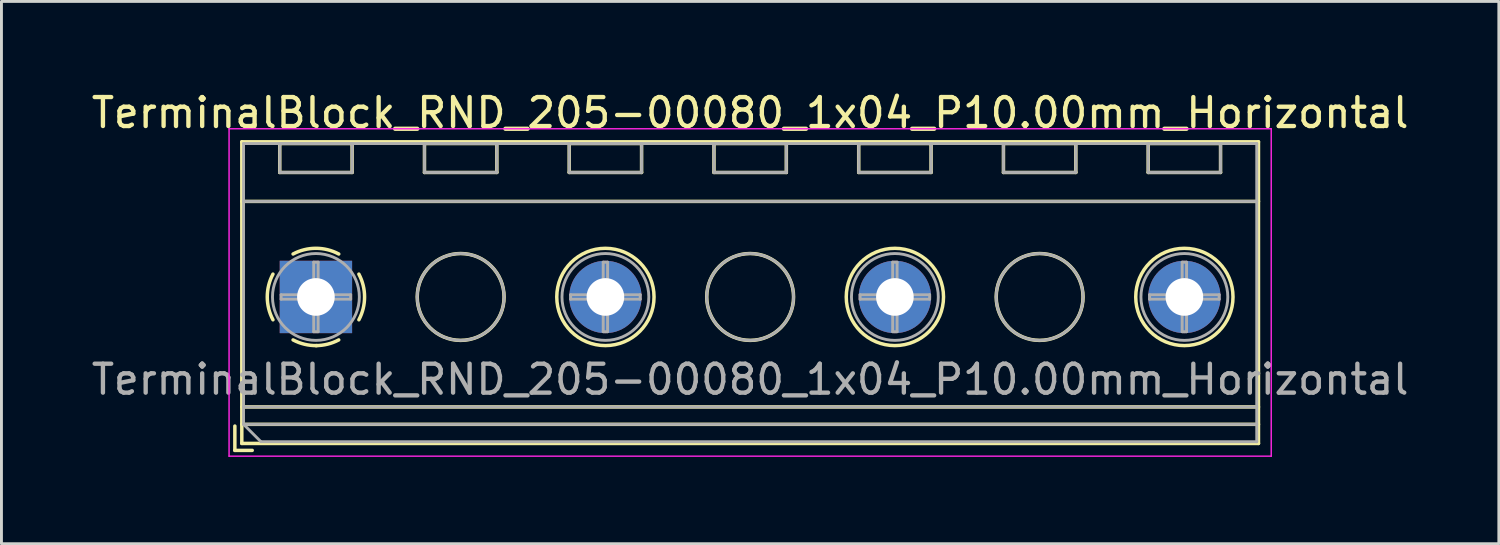
<source format=kicad_pcb>
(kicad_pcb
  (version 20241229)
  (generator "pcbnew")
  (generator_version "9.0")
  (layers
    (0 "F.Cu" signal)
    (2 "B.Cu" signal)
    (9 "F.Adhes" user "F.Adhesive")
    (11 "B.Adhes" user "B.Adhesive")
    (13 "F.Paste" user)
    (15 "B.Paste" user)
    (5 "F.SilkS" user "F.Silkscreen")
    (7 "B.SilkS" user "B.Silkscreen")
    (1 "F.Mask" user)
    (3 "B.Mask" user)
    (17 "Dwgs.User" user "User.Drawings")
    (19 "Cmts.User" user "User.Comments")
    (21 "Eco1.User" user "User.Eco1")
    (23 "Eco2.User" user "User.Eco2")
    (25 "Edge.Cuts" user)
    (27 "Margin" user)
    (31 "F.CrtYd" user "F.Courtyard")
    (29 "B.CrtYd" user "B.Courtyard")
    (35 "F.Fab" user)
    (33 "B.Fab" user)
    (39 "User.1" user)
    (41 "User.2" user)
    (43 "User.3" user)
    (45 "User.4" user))
  (footprint "TerminalBlock_RND_205-00080_1x04_P10.00mm_Horizontal"
    (layer "F.Cu")
    (at 7.863 7.208)
    (property "Reference" "TerminalBlock_RND_205-00080_1x04_P10.00mm_Horizontal" (at 15 -6.36 0) (layer "F.SilkS") (effects (font (size 1 1) (thickness 0.15))))
    (attr through_hole)
    (fp_line (start -2.8 4.46) (end -2.8 5.3) (stroke (width 0.12) (type solid)) (layer "F.SilkS"))
    (fp_line (start -2.8 5.3) (end -2.2 5.3) (stroke (width 0.12) (type solid)) (layer "F.SilkS"))
    (fp_line (start -2.56 -5.36) (end -2.56 5.06) (stroke (width 0.12) (type solid)) (layer "F.SilkS"))
    (fp_line (start -2.56 -5.36) (end 32.56 -5.36) (stroke (width 0.12) (type solid)) (layer "F.SilkS"))
    (fp_line (start -2.56 -3.301) (end 32.56 -3.301) (stroke (width 0.12) (type solid)) (layer "F.SilkS"))
    (fp_line (start -2.56 3.8) (end 32.56 3.8) (stroke (width 0.12) (type solid)) (layer "F.SilkS"))
    (fp_line (start -2.56 4.4) (end 32.56 4.4) (stroke (width 0.12) (type solid)) (layer "F.SilkS"))
    (fp_line (start -2.56 5.06) (end 32.56 5.06) (stroke (width 0.12) (type solid)) (layer "F.SilkS"))
    (fp_line (start -1.25 -5.301) (end -1.25 -4.301) (stroke (width 0.12) (type solid)) (layer "F.SilkS"))
    (fp_line (start -1.25 -5.301) (end 1.25 -5.301) (stroke (width 0.12) (type solid)) (layer "F.SilkS"))
    (fp_line (start -1.25 -4.301) (end 1.25 -4.301) (stroke (width 0.12) (type solid)) (layer "F.SilkS"))
    (fp_line (start 1.25 -5.301) (end 1.25 -4.301) (stroke (width 0.12) (type solid)) (layer "F.SilkS"))
    (fp_line (start 3.75 -5.301) (end 3.75 -4.301) (stroke (width 0.12) (type solid)) (layer "F.SilkS"))
    (fp_line (start 3.75 -5.301) (end 6.25 -5.301) (stroke (width 0.12) (type solid)) (layer "F.SilkS"))
    (fp_line (start 3.75 -4.301) (end 6.25 -4.301) (stroke (width 0.12) (type solid)) (layer "F.SilkS"))
    (fp_line (start 6.25 -5.301) (end 6.25 -4.301) (stroke (width 0.12) (type solid)) (layer "F.SilkS"))
    (fp_line (start 8.75 -5.301) (end 8.75 -4.301) (stroke (width 0.12) (type solid)) (layer "F.SilkS"))
    (fp_line (start 8.75 -5.301) (end 11.25 -5.301) (stroke (width 0.12) (type solid)) (layer "F.SilkS"))
    (fp_line (start 8.75 -4.301) (end 11.25 -4.301) (stroke (width 0.12) (type solid)) (layer "F.SilkS"))
    (fp_line (start 11.25 -5.301) (end 11.25 -4.301) (stroke (width 0.12) (type solid)) (layer "F.SilkS"))
    (fp_line (start 13.75 -5.301) (end 13.75 -4.301) (stroke (width 0.12) (type solid)) (layer "F.SilkS"))
    (fp_line (start 13.75 -5.301) (end 16.25 -5.301) (stroke (width 0.12) (type solid)) (layer "F.SilkS"))
    (fp_line (start 13.75 -4.301) (end 16.25 -4.301) (stroke (width 0.12) (type solid)) (layer "F.SilkS"))
    (fp_line (start 16.25 -5.301) (end 16.25 -4.301) (stroke (width 0.12) (type solid)) (layer "F.SilkS"))
    (fp_line (start 18.75 -5.301) (end 18.75 -4.301) (stroke (width 0.12) (type solid)) (layer "F.SilkS"))
    (fp_line (start 18.75 -5.301) (end 21.25 -5.301) (stroke (width 0.12) (type solid)) (layer "F.SilkS"))
    (fp_line (start 18.75 -4.301) (end 21.25 -4.301) (stroke (width 0.12) (type solid)) (layer "F.SilkS"))
    (fp_line (start 21.25 -5.301) (end 21.25 -4.301) (stroke (width 0.12) (type solid)) (layer "F.SilkS"))
    (fp_line (start 23.75 -5.301) (end 23.75 -4.301) (stroke (width 0.12) (type solid)) (layer "F.SilkS"))
    (fp_line (start 23.75 -5.301) (end 26.25 -5.301) (stroke (width 0.12) (type solid)) (layer "F.SilkS"))
    (fp_line (start 23.75 -4.301) (end 26.25 -4.301) (stroke (width 0.12) (type solid)) (layer "F.SilkS"))
    (fp_line (start 26.25 -5.301) (end 26.25 -4.301) (stroke (width 0.12) (type solid)) (layer "F.SilkS"))
    (fp_line (start 28.75 -5.301) (end 28.75 -4.301) (stroke (width 0.12) (type solid)) (layer "F.SilkS"))
    (fp_line (start 28.75 -5.301) (end 31.25 -5.301) (stroke (width 0.12) (type solid)) (layer "F.SilkS"))
    (fp_line (start 28.75 -4.301) (end 31.25 -4.301) (stroke (width 0.12) (type solid)) (layer "F.SilkS"))
    (fp_line (start 31.25 -5.301) (end 31.25 -4.301) (stroke (width 0.12) (type solid)) (layer "F.SilkS"))
    (fp_line (start 32.56 -5.36) (end 32.56 5.06) (stroke (width 0.12) (type solid)) (layer "F.SilkS"))
    (fp_arc (start -1.483953 0.789089) (mid -1.680708 0.00005) (end -1.484 -0.789) (stroke (width 0.12) (type solid)) (layer "F.SilkS"))
    (fp_arc (start -0.789089 -1.483953) (mid -0.00005 -1.680708) (end 0.789 -1.484) (stroke (width 0.12) (type solid)) (layer "F.SilkS"))
    (fp_arc (start 0.029383 1.68045) (mid -0.392304 1.634281) (end -0.789 1.484) (stroke (width 0.12) (type solid)) (layer "F.SilkS"))
    (fp_arc (start 0.788712 1.483352) (mid 0.406429 1.630097) (end 0 1.68) (stroke (width 0.12) (type solid)) (layer "F.SilkS"))
    (fp_arc (start 1.483953 -0.789089) (mid 1.680708 -0.00005) (end 1.484 0.789) (stroke (width 0.12) (type solid)) (layer "F.SilkS"))
    (fp_circle (center 5 0) (end 6.5 0) (stroke (width 0.12) (type solid)) (fill no) (layer "F.SilkS"))
    (fp_circle (center 10 0) (end 11.68 0) (stroke (width 0.12) (type solid)) (fill no) (layer "F.SilkS"))
    (fp_circle (center 15 0) (end 16.5 0) (stroke (width 0.12) (type solid)) (fill no) (layer "F.SilkS"))
    (fp_circle (center 20 0) (end 21.68 0) (stroke (width 0.12) (type solid)) (fill no) (layer "F.SilkS"))
    (fp_circle (center 25 0) (end 26.5 0) (stroke (width 0.12) (type solid)) (fill no) (layer "F.SilkS"))
    (fp_circle (center 30 0) (end 31.68 0) (stroke (width 0.12) (type solid)) (fill no) (layer "F.SilkS"))
    (fp_line (start -3 -5.81) (end -3 5.5) (stroke (width 0.05) (type solid)) (layer "F.CrtYd"))
    (fp_line (start -3 5.5) (end 33 5.5) (stroke (width 0.05) (type solid)) (layer "F.CrtYd"))
    (fp_line (start 33 -5.81) (end -3 -5.81) (stroke (width 0.05) (type solid)) (layer "F.CrtYd"))
    (fp_line (start 33 5.5) (end 33 -5.81) (stroke (width 0.05) (type solid)) (layer "F.CrtYd"))
    (fp_line (start -2.5 -5.3) (end 32.5 -5.3) (stroke (width 0.1) (type solid)) (layer "F.Fab"))
    (fp_line (start -2.5 -3.3) (end 32.5 -3.3) (stroke (width 0.1) (type solid)) (layer "F.Fab"))
    (fp_line (start -2.5 3.8) (end 32.5 3.8) (stroke (width 0.1) (type solid)) (layer "F.Fab"))
    (fp_line (start -2.5 4.4) (end -2.5 -5.3) (stroke (width 0.1) (type solid)) (layer "F.Fab"))
    (fp_line (start -2.5 4.4) (end 32.5 4.4) (stroke (width 0.1) (type solid)) (layer "F.Fab"))
    (fp_line (start -1.9 5) (end -2.5 4.4) (stroke (width 0.1) (type solid)) (layer "F.Fab"))
    (fp_line (start -1.25 -5.3) (end -1.25 -4.3) (stroke (width 0.1) (type solid)) (layer "F.Fab"))
    (fp_line (start -1.25 -4.3) (end 1.25 -4.3) (stroke (width 0.1) (type solid)) (layer "F.Fab"))
    (fp_line (start -1.201 -0.076) (end -0.076 -0.076) (stroke (width 0.1) (type solid)) (layer "F.Fab"))
    (fp_line (start -1.201 0.076) (end -1.201 -0.076) (stroke (width 0.1) (type solid)) (layer "F.Fab"))
    (fp_line (start -0.076 -1.201) (end 0.076 -1.201) (stroke (width 0.1) (type solid)) (layer "F.Fab"))
    (fp_line (start -0.076 -0.076) (end -0.076 -1.201) (stroke (width 0.1) (type solid)) (layer "F.Fab"))
    (fp_line (start -0.076 0.076) (end -1.201 0.076) (stroke (width 0.1) (type solid)) (layer "F.Fab"))
    (fp_line (start -0.076 1.201) (end -0.076 0.076) (stroke (width 0.1) (type solid)) (layer "F.Fab"))
    (fp_line (start 0.076 -1.201) (end 0.076 -0.076) (stroke (width 0.1) (type solid)) (layer "F.Fab"))
    (fp_line (start 0.076 -0.076) (end 1.201 -0.076) (stroke (width 0.1) (type solid)) (layer "F.Fab"))
    (fp_line (start 0.076 0.076) (end 0.076 1.201) (stroke (width 0.1) (type solid)) (layer "F.Fab"))
    (fp_line (start 0.076 1.201) (end -0.076 1.201) (stroke (width 0.1) (type solid)) (layer "F.Fab"))
    (fp_line (start 1.201 -0.076) (end 1.201 0.076) (stroke (width 0.1) (type solid)) (layer "F.Fab"))
    (fp_line (start 1.201 0.076) (end 0.076 0.076) (stroke (width 0.1) (type solid)) (layer "F.Fab"))
    (fp_line (start 1.25 -5.3) (end -1.25 -5.3) (stroke (width 0.1) (type solid)) (layer "F.Fab"))
    (fp_line (start 1.25 -4.3) (end 1.25 -5.3) (stroke (width 0.1) (type solid)) (layer "F.Fab"))
    (fp_line (start 3.75 -5.3) (end 3.75 -4.3) (stroke (width 0.1) (type solid)) (layer "F.Fab"))
    (fp_line (start 3.75 -4.3) (end 6.25 -4.3) (stroke (width 0.1) (type solid)) (layer "F.Fab"))
    (fp_line (start 6.25 -5.3) (end 3.75 -5.3) (stroke (width 0.1) (type solid)) (layer "F.Fab"))
    (fp_line (start 6.25 -4.3) (end 6.25 -5.3) (stroke (width 0.1) (type solid)) (layer "F.Fab"))
    (fp_line (start 8.75 -5.3) (end 8.75 -4.3) (stroke (width 0.1) (type solid)) (layer "F.Fab"))
    (fp_line (start 8.75 -4.3) (end 11.25 -4.3) (stroke (width 0.1) (type solid)) (layer "F.Fab"))
    (fp_line (start 8.799 -0.076) (end 9.924 -0.076) (stroke (width 0.1) (type solid)) (layer "F.Fab"))
    (fp_line (start 8.799 0.076) (end 8.799 -0.076) (stroke (width 0.1) (type solid)) (layer "F.Fab"))
    (fp_line (start 9.924 -1.201) (end 10.076 -1.201) (stroke (width 0.1) (type solid)) (layer "F.Fab"))
    (fp_line (start 9.924 -0.076) (end 9.924 -1.201) (stroke (width 0.1) (type solid)) (layer "F.Fab"))
    (fp_line (start 9.924 0.076) (end 8.799 0.076) (stroke (width 0.1) (type solid)) (layer "F.Fab"))
    (fp_line (start 9.924 1.201) (end 9.924 0.076) (stroke (width 0.1) (type solid)) (layer "F.Fab"))
    (fp_line (start 10.076 -1.201) (end 10.076 -0.076) (stroke (width 0.1) (type solid)) (layer "F.Fab"))
    (fp_line (start 10.076 -0.076) (end 11.201 -0.076) (stroke (width 0.1) (type solid)) (layer "F.Fab"))
    (fp_line (start 10.076 0.076) (end 10.076 1.201) (stroke (width 0.1) (type solid)) (layer "F.Fab"))
    (fp_line (start 10.076 1.201) (end 9.924 1.201) (stroke (width 0.1) (type solid)) (layer "F.Fab"))
    (fp_line (start 11.201 -0.076) (end 11.201 0.076) (stroke (width 0.1) (type solid)) (layer "F.Fab"))
    (fp_line (start 11.201 0.076) (end 10.076 0.076) (stroke (width 0.1) (type solid)) (layer "F.Fab"))
    (fp_line (start 11.25 -5.3) (end 8.75 -5.3) (stroke (width 0.1) (type solid)) (layer "F.Fab"))
    (fp_line (start 11.25 -4.3) (end 11.25 -5.3) (stroke (width 0.1) (type solid)) (layer "F.Fab"))
    (fp_line (start 13.75 -5.3) (end 13.75 -4.3) (stroke (width 0.1) (type solid)) (layer "F.Fab"))
    (fp_line (start 13.75 -4.3) (end 16.25 -4.3) (stroke (width 0.1) (type solid)) (layer "F.Fab"))
    (fp_line (start 16.25 -5.3) (end 13.75 -5.3) (stroke (width 0.1) (type solid)) (layer "F.Fab"))
    (fp_line (start 16.25 -4.3) (end 16.25 -5.3) (stroke (width 0.1) (type solid)) (layer "F.Fab"))
    (fp_line (start 18.75 -5.3) (end 18.75 -4.3) (stroke (width 0.1) (type solid)) (layer "F.Fab"))
    (fp_line (start 18.75 -4.3) (end 21.25 -4.3) (stroke (width 0.1) (type solid)) (layer "F.Fab"))
    (fp_line (start 18.799 -0.076) (end 19.924 -0.076) (stroke (width 0.1) (type solid)) (layer "F.Fab"))
    (fp_line (start 18.799 0.076) (end 18.799 -0.076) (stroke (width 0.1) (type solid)) (layer "F.Fab"))
    (fp_line (start 19.924 -1.201) (end 20.076 -1.201) (stroke (width 0.1) (type solid)) (layer "F.Fab"))
    (fp_line (start 19.924 -0.076) (end 19.924 -1.201) (stroke (width 0.1) (type solid)) (layer "F.Fab"))
    (fp_line (start 19.924 0.076) (end 18.799 0.076) (stroke (width 0.1) (type solid)) (layer "F.Fab"))
    (fp_line (start 19.924 1.201) (end 19.924 0.076) (stroke (width 0.1) (type solid)) (layer "F.Fab"))
    (fp_line (start 20.076 -1.201) (end 20.076 -0.076) (stroke (width 0.1) (type solid)) (layer "F.Fab"))
    (fp_line (start 20.076 -0.076) (end 21.201 -0.076) (stroke (width 0.1) (type solid)) (layer "F.Fab"))
    (fp_line (start 20.076 0.076) (end 20.076 1.201) (stroke (width 0.1) (type solid)) (layer "F.Fab"))
    (fp_line (start 20.076 1.201) (end 19.924 1.201) (stroke (width 0.1) (type solid)) (layer "F.Fab"))
    (fp_line (start 21.201 -0.076) (end 21.201 0.076) (stroke (width 0.1) (type solid)) (layer "F.Fab"))
    (fp_line (start 21.201 0.076) (end 20.076 0.076) (stroke (width 0.1) (type solid)) (layer "F.Fab"))
    (fp_line (start 21.25 -5.3) (end 18.75 -5.3) (stroke (width 0.1) (type solid)) (layer "F.Fab"))
    (fp_line (start 21.25 -4.3) (end 21.25 -5.3) (stroke (width 0.1) (type solid)) (layer "F.Fab"))
    (fp_line (start 23.75 -5.3) (end 23.75 -4.3) (stroke (width 0.1) (type solid)) (layer "F.Fab"))
    (fp_line (start 23.75 -4.3) (end 26.25 -4.3) (stroke (width 0.1) (type solid)) (layer "F.Fab"))
    (fp_line (start 26.25 -5.3) (end 23.75 -5.3) (stroke (width 0.1) (type solid)) (layer "F.Fab"))
    (fp_line (start 26.25 -4.3) (end 26.25 -5.3) (stroke (width 0.1) (type solid)) (layer "F.Fab"))
    (fp_line (start 28.75 -5.3) (end 28.75 -4.3) (stroke (width 0.1) (type solid)) (layer "F.Fab"))
    (fp_line (start 28.75 -4.3) (end 31.25 -4.3) (stroke (width 0.1) (type solid)) (layer "F.Fab"))
    (fp_line (start 28.799 -0.076) (end 29.924 -0.076) (stroke (width 0.1) (type solid)) (layer "F.Fab"))
    (fp_line (start 28.799 0.076) (end 28.799 -0.076) (stroke (width 0.1) (type solid)) (layer "F.Fab"))
    (fp_line (start 29.924 -1.201) (end 30.076 -1.201) (stroke (width 0.1) (type solid)) (layer "F.Fab"))
    (fp_line (start 29.924 -0.076) (end 29.924 -1.201) (stroke (width 0.1) (type solid)) (layer "F.Fab"))
    (fp_line (start 29.924 0.076) (end 28.799 0.076) (stroke (width 0.1) (type solid)) (layer "F.Fab"))
    (fp_line (start 29.924 1.201) (end 29.924 0.076) (stroke (width 0.1) (type solid)) (layer "F.Fab"))
    (fp_line (start 30.076 -1.201) (end 30.076 -0.076) (stroke (width 0.1) (type solid)) (layer "F.Fab"))
    (fp_line (start 30.076 -0.076) (end 31.201 -0.076) (stroke (width 0.1) (type solid)) (layer "F.Fab"))
    (fp_line (start 30.076 0.076) (end 30.076 1.201) (stroke (width 0.1) (type solid)) (layer "F.Fab"))
    (fp_line (start 30.076 1.201) (end 29.924 1.201) (stroke (width 0.1) (type solid)) (layer "F.Fab"))
    (fp_line (start 31.201 -0.076) (end 31.201 0.076) (stroke (width 0.1) (type solid)) (layer "F.Fab"))
    (fp_line (start 31.201 0.076) (end 30.076 0.076) (stroke (width 0.1) (type solid)) (layer "F.Fab"))
    (fp_line (start 31.25 -5.3) (end 28.75 -5.3) (stroke (width 0.1) (type solid)) (layer "F.Fab"))
    (fp_line (start 31.25 -4.3) (end 31.25 -5.3) (stroke (width 0.1) (type solid)) (layer "F.Fab"))
    (fp_line (start 32.5 -5.3) (end 32.5 5) (stroke (width 0.1) (type solid)) (layer "F.Fab"))
    (fp_line (start 32.5 5) (end -1.9 5) (stroke (width 0.1) (type solid)) (layer "F.Fab"))
    (fp_circle (center 0 0) (end 1.5 0) (stroke (width 0.1) (type solid)) (fill no) (layer "F.Fab"))
    (fp_circle (center 5 0) (end 6.5 0) (stroke (width 0.1) (type solid)) (fill no) (layer "F.Fab"))
    (fp_circle (center 10 0) (end 11.5 0) (stroke (width 0.1) (type solid)) (fill no) (layer "F.Fab"))
    (fp_circle (center 15 0) (end 16.5 0) (stroke (width 0.1) (type solid)) (fill no) (layer "F.Fab"))
    (fp_circle (center 20 0) (end 21.5 0) (stroke (width 0.1) (type solid)) (fill no) (layer "F.Fab"))
    (fp_circle (center 25 0) (end 26.5 0) (stroke (width 0.1) (type solid)) (fill no) (layer "F.Fab"))
    (fp_circle (center 30 0) (end 31.5 0) (stroke (width 0.1) (type solid)) (fill no) (layer "F.Fab"))
    (fp_text user "${REFERENCE}" (at 15 2.85 0) (layer "F.Fab") (effects (font (size 1 1) (thickness 0.15))))
    (pad "1" thru_hole rect (at 0 0) (size 2.5 2.5) (drill 1.3) (layers "*.Cu" "*.Mask"))
    (pad "2" thru_hole circle (at 10 0) (size 2.5 2.5) (drill 1.3) (layers "*.Cu" "*.Mask"))
    (pad "3" thru_hole circle (at 20 0) (size 2.5 2.5) (drill 1.3) (layers "*.Cu" "*.Mask"))
    (pad "4" thru_hole circle (at 30 0) (size 2.5 2.5) (drill 1.3) (layers "*.Cu" "*.Mask")))
  (gr_rect
    (start -3 -3)
    (end 48.726 15.733)
    (stroke (width 0.1) (type default))
    (fill no)
    (layer "Edge.Cuts")))
</source>
